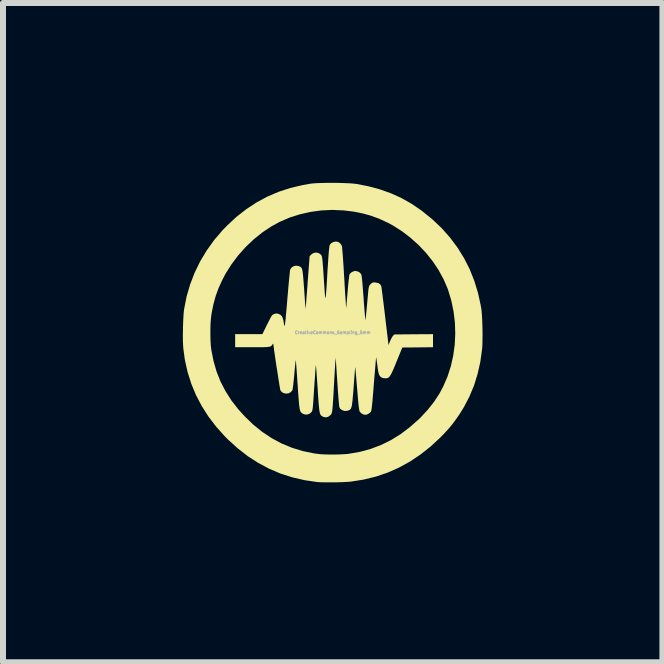
<source format=kicad_pcb>
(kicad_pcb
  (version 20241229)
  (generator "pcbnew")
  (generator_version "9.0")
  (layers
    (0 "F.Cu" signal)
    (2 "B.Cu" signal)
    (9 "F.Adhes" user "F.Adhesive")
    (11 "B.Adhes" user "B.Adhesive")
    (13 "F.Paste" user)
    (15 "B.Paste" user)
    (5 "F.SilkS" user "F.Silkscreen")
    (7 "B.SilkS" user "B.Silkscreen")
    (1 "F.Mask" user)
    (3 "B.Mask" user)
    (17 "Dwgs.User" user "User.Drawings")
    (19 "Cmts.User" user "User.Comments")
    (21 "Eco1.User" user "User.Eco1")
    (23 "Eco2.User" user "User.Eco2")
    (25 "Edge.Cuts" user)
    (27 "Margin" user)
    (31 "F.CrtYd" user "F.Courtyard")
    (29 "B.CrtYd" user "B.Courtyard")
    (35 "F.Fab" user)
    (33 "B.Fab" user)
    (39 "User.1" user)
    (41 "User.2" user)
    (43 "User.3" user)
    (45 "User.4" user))
  (footprint "CreativeCommons_Sampling_5mm"
    (layer "F.Cu")
    (at 2.499 2.496)
    (property "Reference" "CreativeCommons_Sampling_5mm" (at 0 0 0) (layer "F.Fab") (effects (font (size 0.05 0.05) (thickness 0.013))))
    (attr board_only exclude_from_pos_files exclude_from_bom)
    (fp_poly (pts (xy 0.065 -2.496) (xy 0.149 -2.494) (xy 0.227 -2.491) (xy 0.297 -2.488) (xy 0.354 -2.483) (xy 0.391 -2.479) (xy 0.596 -2.439) (xy 0.789 -2.387) (xy 0.972 -2.322) (xy 1.146 -2.243) (xy 1.313 -2.149) (xy 1.474 -2.039) (xy 1.49 -2.027) (xy 1.661 -1.889) (xy 1.817 -1.741) (xy 1.957 -1.583) (xy 2.082 -1.416) (xy 2.191 -1.24) (xy 2.285 -1.055) (xy 2.362 -0.861) (xy 2.424 -0.658) (xy 2.47 -0.446) (xy 2.478 -0.4) (xy 2.484 -0.351) (xy 2.489 -0.288) (xy 2.493 -0.213) (xy 2.496 -0.132) (xy 2.498 -0.047) (xy 2.499 0.037) (xy 2.498 0.118) (xy 2.497 0.19) (xy 2.494 0.252) (xy 2.491 0.279) (xy 2.462 0.49) (xy 2.416 0.693) (xy 2.356 0.886) (xy 2.279 1.07) (xy 2.187 1.246) (xy 2.114 1.364) (xy 2.054 1.45) (xy 1.998 1.526) (xy 1.939 1.597) (xy 1.875 1.668) (xy 1.801 1.745) (xy 1.796 1.75) (xy 1.633 1.901) (xy 1.463 2.035) (xy 1.287 2.153) (xy 1.105 2.253) (xy 0.915 2.337) (xy 0.719 2.403) (xy 0.515 2.453) (xy 0.305 2.486) (xy 0.305 2.486) (xy 0.262 2.49) (xy 0.206 2.493) (xy 0.14 2.496) (xy 0.069 2.498) (xy -0.005 2.499) (xy -0.077 2.499) (xy -0.143 2.498) (xy -0.2 2.497) (xy -0.244 2.495) (xy -0.255 2.494) (xy -0.467 2.463) (xy -0.671 2.416) (xy -0.869 2.353) (xy -1.059 2.272) (xy -1.241 2.175) (xy -1.417 2.062) (xy -1.585 1.931) (xy -1.747 1.784) (xy -1.797 1.734) (xy -1.944 1.57) (xy -2.073 1.401) (xy -2.185 1.225) (xy -2.281 1.042) (xy -2.359 0.853) (xy -2.421 0.657) (xy -2.466 0.455) (xy -2.491 0.27) (xy -2.495 0.216) (xy -2.498 0.148) (xy -2.499 0.071) (xy -2.499 0.043) (xy -2.04 0.043) (xy -2.038 0.133) (xy -2.033 0.216) (xy -2.025 0.286) (xy -2.024 0.291) (xy -1.988 0.475) (xy -1.937 0.651) (xy -1.871 0.818) (xy -1.788 0.978) (xy -1.69 1.132) (xy -1.574 1.281) (xy -1.468 1.398) (xy -1.324 1.537) (xy -1.174 1.658) (xy -1.017 1.762) (xy -0.853 1.85) (xy -0.682 1.921) (xy -0.504 1.976) (xy -0.317 2.015) (xy -0.266 2.022) (xy -0.205 2.029) (xy -0.131 2.033) (xy -0.05 2.035) (xy 0.035 2.035) (xy 0.119 2.033) (xy 0.195 2.029) (xy 0.26 2.024) (xy 0.269 2.022) (xy 0.455 1.99) (xy 0.634 1.941) (xy 0.805 1.876) (xy 0.97 1.795) (xy 1.129 1.697) (xy 1.283 1.581) (xy 1.433 1.449) (xy 1.469 1.414) (xy 1.589 1.284) (xy 1.693 1.152) (xy 1.783 1.013) (xy 1.845 0.896) (xy 1.915 0.734) (xy 1.97 0.563) (xy 2.01 0.386) (xy 2.035 0.204) (xy 2.044 0.019) (xy 2.038 -0.166) (xy 2.016 -0.349) (xy 1.979 -0.53) (xy 1.926 -0.705) (xy 1.918 -0.729) (xy 1.851 -0.885) (xy 1.768 -1.038) (xy 1.67 -1.186) (xy 1.558 -1.326) (xy 1.434 -1.458) (xy 1.299 -1.579) (xy 1.156 -1.689) (xy 1.005 -1.785) (xy 0.925 -1.828) (xy 0.784 -1.894) (xy 0.643 -1.947) (xy 0.498 -1.987) (xy 0.346 -2.017) (xy 0.182 -2.037) (xy 0.177 -2.037) (xy -0.008 -2.045) (xy -0.193 -2.036) (xy -0.376 -2.011) (xy -0.553 -1.97) (xy -0.725 -1.915) (xy -0.888 -1.844) (xy -1.018 -1.773) (xy -1.17 -1.672) (xy -1.315 -1.556) (xy -1.451 -1.427) (xy -1.576 -1.287) (xy -1.688 -1.138) (xy -1.786 -0.983) (xy -1.841 -0.878) (xy -1.903 -0.742) (xy -1.952 -0.608) (xy -1.99 -0.47) (xy -2.019 -0.324) (xy -2.024 -0.291) (xy -2.032 -0.222) (xy -2.038 -0.14) (xy -2.04 -0.05) (xy -2.04 0.043) (xy -2.499 0.043) (xy -2.498 -0.012) (xy -2.497 -0.096) (xy -2.494 -0.179) (xy -2.49 -0.256) (xy -2.486 -0.324) (xy -2.48 -0.379) (xy -2.478 -0.391) (xy -2.437 -0.6) (xy -2.378 -0.802) (xy -2.303 -0.997) (xy -2.211 -1.186) (xy -2.103 -1.366) (xy -1.979 -1.54) (xy -1.838 -1.705) (xy -1.759 -1.786) (xy -1.603 -1.931) (xy -1.439 -2.059) (xy -1.268 -2.171) (xy -1.09 -2.267) (xy -0.902 -2.347) (xy -0.706 -2.411) (xy -0.5 -2.46) (xy -0.359 -2.484) (xy -0.314 -2.488) (xy -0.255 -2.492) (xy -0.183 -2.494) (xy -0.104 -2.496) (xy -0.02 -2.496)) (stroke (width 0) (type solid)) (fill yes) (layer "F.SilkS"))
    (fp_poly (pts (xy 0.093 -1.51) (xy 0.125 -1.487) (xy 0.148 -1.455) (xy 0.154 -1.438) (xy 0.156 -1.423) (xy 0.159 -1.391) (xy 0.163 -1.345) (xy 0.168 -1.286) (xy 0.173 -1.216) (xy 0.178 -1.137) (xy 0.184 -1.05) (xy 0.189 -0.957) (xy 0.193 -0.9) (xy 0.198 -0.807) (xy 0.203 -0.719) (xy 0.208 -0.64) (xy 0.213 -0.57) (xy 0.217 -0.51) (xy 0.22 -0.463) (xy 0.223 -0.429) (xy 0.224 -0.412) (xy 0.225 -0.409) (xy 0.226 -0.421) (xy 0.229 -0.449) (xy 0.232 -0.491) (xy 0.237 -0.543) (xy 0.242 -0.604) (xy 0.248 -0.67) (xy 0.249 -0.687) (xy 0.255 -0.756) (xy 0.261 -0.819) (xy 0.267 -0.875) (xy 0.272 -0.92) (xy 0.277 -0.953) (xy 0.281 -0.97) (xy 0.281 -0.972) (xy 0.302 -0.996) (xy 0.333 -1.015) (xy 0.365 -1.026) (xy 0.376 -1.027) (xy 0.414 -1.02) (xy 0.449 -1.002) (xy 0.473 -0.975) (xy 0.476 -0.97) (xy 0.48 -0.954) (xy 0.485 -0.924) (xy 0.49 -0.879) (xy 0.496 -0.819) (xy 0.502 -0.743) (xy 0.509 -0.649) (xy 0.515 -0.575) (xy 0.52 -0.496) (xy 0.526 -0.422) (xy 0.531 -0.356) (xy 0.536 -0.3) (xy 0.54 -0.256) (xy 0.543 -0.226) (xy 0.545 -0.21) (xy 0.546 -0.209) (xy 0.548 -0.218) (xy 0.551 -0.242) (xy 0.555 -0.28) (xy 0.56 -0.329) (xy 0.566 -0.386) (xy 0.571 -0.448) (xy 0.579 -0.533) (xy 0.585 -0.602) (xy 0.59 -0.657) (xy 0.594 -0.699) (xy 0.598 -0.731) (xy 0.602 -0.754) (xy 0.607 -0.771) (xy 0.612 -0.783) (xy 0.618 -0.792) (xy 0.626 -0.8) (xy 0.633 -0.808) (xy 0.653 -0.826) (xy 0.669 -0.834) (xy 0.69 -0.836) (xy 0.714 -0.834) (xy 0.76 -0.825) (xy 0.792 -0.804) (xy 0.809 -0.777) (xy 0.811 -0.765) (xy 0.816 -0.736) (xy 0.821 -0.693) (xy 0.829 -0.637) (xy 0.837 -0.57) (xy 0.847 -0.493) (xy 0.857 -0.409) (xy 0.868 -0.319) (xy 0.873 -0.275) (xy 0.931 0.209) (xy 0.957 0.143) (xy 0.973 0.108) (xy 0.99 0.077) (xy 1.004 0.056) (xy 1.005 0.055) (xy 1.028 0.032) (xy 1.35 0.029) (xy 1.673 0.027) (xy 1.673 0.245) (xy 1.417 0.248) (xy 1.161 0.25) (xy 1.066 0.482) (xy 1.035 0.559) (xy 1.009 0.62) (xy 0.987 0.668) (xy 0.968 0.704) (xy 0.951 0.73) (xy 0.936 0.747) (xy 0.92 0.757) (xy 0.903 0.762) (xy 0.884 0.763) (xy 0.879 0.764) (xy 0.849 0.761) (xy 0.823 0.754) (xy 0.819 0.752) (xy 0.8 0.74) (xy 0.786 0.725) (xy 0.774 0.704) (xy 0.765 0.674) (xy 0.756 0.632) (xy 0.748 0.576) (xy 0.746 0.555) (xy 0.739 0.507) (xy 0.733 0.466) (xy 0.729 0.434) (xy 0.726 0.416) (xy 0.725 0.413) (xy 0.724 0.421) (xy 0.721 0.445) (xy 0.717 0.484) (xy 0.713 0.535) (xy 0.708 0.597) (xy 0.702 0.668) (xy 0.695 0.746) (xy 0.692 0.785) (xy 0.683 0.895) (xy 0.676 0.989) (xy 0.669 1.068) (xy 0.664 1.133) (xy 0.659 1.185) (xy 0.654 1.227) (xy 0.651 1.259) (xy 0.647 1.283) (xy 0.643 1.301) (xy 0.64 1.313) (xy 0.636 1.321) (xy 0.632 1.327) (xy 0.63 1.329) (xy 0.602 1.352) (xy 0.57 1.368) (xy 0.545 1.373) (xy 0.513 1.366) (xy 0.48 1.349) (xy 0.455 1.325) (xy 0.449 1.317) (xy 0.445 1.302) (xy 0.44 1.274) (xy 0.434 1.232) (xy 0.428 1.176) (xy 0.421 1.103) (xy 0.414 1.014) (xy 0.407 0.932) (xy 0.4 0.853) (xy 0.394 0.781) (xy 0.389 0.716) (xy 0.384 0.662) (xy 0.38 0.619) (xy 0.378 0.59) (xy 0.376 0.576) (xy 0.376 0.576) (xy 0.375 0.585) (xy 0.372 0.61) (xy 0.369 0.65) (xy 0.365 0.701) (xy 0.36 0.762) (xy 0.355 0.831) (xy 0.35 0.9) (xy 0.343 0.992) (xy 0.336 1.068) (xy 0.331 1.129) (xy 0.325 1.177) (xy 0.32 1.214) (xy 0.313 1.242) (xy 0.306 1.262) (xy 0.298 1.276) (xy 0.288 1.286) (xy 0.276 1.294) (xy 0.272 1.296) (xy 0.233 1.308) (xy 0.192 1.307) (xy 0.155 1.294) (xy 0.126 1.272) (xy 0.111 1.244) (xy 0.108 1.229) (xy 0.105 1.197) (xy 0.101 1.152) (xy 0.096 1.094) (xy 0.091 1.026) (xy 0.085 0.95) (xy 0.08 0.868) (xy 0.076 0.809) (xy 0.07 0.726) (xy 0.065 0.65) (xy 0.061 0.582) (xy 0.057 0.523) (xy 0.053 0.477) (xy 0.05 0.443) (xy 0.049 0.425) (xy 0.048 0.423) (xy 0.047 0.435) (xy 0.045 0.464) (xy 0.043 0.507) (xy 0.039 0.563) (xy 0.035 0.629) (xy 0.031 0.703) (xy 0.026 0.784) (xy 0.023 0.845) (xy 0.017 0.953) (xy 0.012 1.044) (xy 0.007 1.119) (xy 0.003 1.181) (xy -0.000478 1.231) (xy -0.004 1.27) (xy -0.007 1.3) (xy -0.011 1.323) (xy -0.014 1.339) (xy -0.019 1.351) (xy -0.024 1.36) (xy -0.029 1.367) (xy -0.036 1.375) (xy -0.039 1.378) (xy -0.075 1.405) (xy -0.114 1.415) (xy -0.155 1.407) (xy -0.163 1.403) (xy -0.177 1.395) (xy -0.189 1.388) (xy -0.198 1.378) (xy -0.206 1.365) (xy -0.213 1.346) (xy -0.219 1.321) (xy -0.224 1.287) (xy -0.229 1.243) (xy -0.234 1.187) (xy -0.239 1.119) (xy -0.245 1.035) (xy -0.251 0.934) (xy -0.251 0.934) (xy -0.257 0.852) (xy -0.262 0.775) (xy -0.267 0.706) (xy -0.271 0.647) (xy -0.275 0.599) (xy -0.278 0.565) (xy -0.28 0.545) (xy -0.281 0.542) (xy -0.282 0.551) (xy -0.285 0.577) (xy -0.288 0.617) (xy -0.292 0.67) (xy -0.296 0.733) (xy -0.301 0.805) (xy -0.306 0.883) (xy -0.309 0.921) (xy -0.315 1.014) (xy -0.32 1.09) (xy -0.324 1.152) (xy -0.328 1.2) (xy -0.331 1.238) (xy -0.334 1.266) (xy -0.338 1.287) (xy -0.341 1.302) (xy -0.345 1.313) (xy -0.35 1.321) (xy -0.353 1.325) (xy -0.383 1.353) (xy -0.421 1.367) (xy -0.461 1.368) (xy -0.5 1.354) (xy -0.526 1.334) (xy -0.533 1.325) (xy -0.539 1.314) (xy -0.544 1.3) (xy -0.549 1.281) (xy -0.554 1.254) (xy -0.558 1.22) (xy -0.563 1.175) (xy -0.567 1.119) (xy -0.573 1.05) (xy -0.579 0.966) (xy -0.585 0.866) (xy -0.588 0.834) (xy -0.593 0.754) (xy -0.598 0.679) (xy -0.603 0.612) (xy -0.607 0.555) (xy -0.611 0.51) (xy -0.614 0.478) (xy -0.616 0.461) (xy -0.616 0.459) (xy -0.618 0.469) (xy -0.621 0.494) (xy -0.625 0.533) (xy -0.63 0.582) (xy -0.636 0.64) (xy -0.641 0.704) (xy -0.647 0.769) (xy -0.654 0.829) (xy -0.659 0.881) (xy -0.665 0.922) (xy -0.669 0.95) (xy -0.672 0.963) (xy -0.698 0.993) (xy -0.732 1.012) (xy -0.772 1.019) (xy -0.811 1.013) (xy -0.846 0.995) (xy -0.872 0.965) (xy -0.873 0.964) (xy -0.875 0.952) (xy -0.88 0.926) (xy -0.887 0.885) (xy -0.895 0.834) (xy -0.905 0.774) (xy -0.915 0.707) (xy -0.926 0.636) (xy -0.938 0.563) (xy -0.949 0.49) (xy -0.959 0.421) (xy -0.968 0.356) (xy -0.977 0.298) (xy -0.983 0.25) (xy -0.988 0.214) (xy -0.991 0.192) (xy -0.991 0.187) (xy -0.995 0.187) (xy -1.005 0.199) (xy -1.006 0.2) (xy -1.015 0.212) (xy -1.023 0.222) (xy -1.034 0.23) (xy -1.048 0.235) (xy -1.068 0.239) (xy -1.096 0.242) (xy -1.134 0.244) (xy -1.184 0.245) (xy -1.248 0.245) (xy -1.328 0.245) (xy -1.339 0.245) (xy -1.627 0.245) (xy -1.627 0.027) (xy -1.173 0.027) (xy -1.094 -0.134) (xy -1.066 -0.189) (xy -1.045 -0.23) (xy -1.029 -0.26) (xy -1.017 -0.28) (xy -1.006 -0.292) (xy -0.995 -0.3) (xy -0.984 -0.306) (xy -0.975 -0.309) (xy -0.947 -0.317) (xy -0.926 -0.317) (xy -0.898 -0.309) (xy -0.898 -0.309) (xy -0.871 -0.295) (xy -0.85 -0.275) (xy -0.835 -0.245) (xy -0.823 -0.203) (xy -0.816 -0.163) (xy -0.812 -0.142) (xy -0.809 -0.125) (xy -0.806 -0.114) (xy -0.803 -0.11) (xy -0.8 -0.114) (xy -0.797 -0.126) (xy -0.794 -0.149) (xy -0.79 -0.184) (xy -0.785 -0.23) (xy -0.78 -0.29) (xy -0.773 -0.365) (xy -0.765 -0.455) (xy -0.756 -0.562) (xy -0.754 -0.59) (xy -0.746 -0.678) (xy -0.739 -0.761) (xy -0.732 -0.837) (xy -0.726 -0.904) (xy -0.72 -0.961) (xy -0.715 -1.005) (xy -0.712 -1.035) (xy -0.71 -1.049) (xy -0.709 -1.049) (xy -0.687 -1.083) (xy -0.654 -1.105) (xy -0.615 -1.115) (xy -0.573 -1.11) (xy -0.562 -1.106) (xy -0.547 -1.1) (xy -0.534 -1.092) (xy -0.524 -1.083) (xy -0.516 -1.069) (xy -0.509 -1.049) (xy -0.503 -1.021) (xy -0.498 -0.983) (xy -0.493 -0.934) (xy -0.488 -0.872) (xy -0.482 -0.795) (xy -0.477 -0.731) (xy -0.472 -0.656) (xy -0.467 -0.586) (xy -0.463 -0.523) (xy -0.459 -0.47) (xy -0.456 -0.429) (xy -0.454 -0.401) (xy -0.453 -0.391) (xy -0.453 -0.395) (xy -0.451 -0.416) (xy -0.447 -0.452) (xy -0.443 -0.501) (xy -0.439 -0.561) (xy -0.433 -0.632) (xy -0.427 -0.712) (xy -0.42 -0.798) (xy -0.419 -0.821) (xy -0.385 -1.273) (xy -0.359 -1.3) (xy -0.325 -1.324) (xy -0.286 -1.334) (xy -0.246 -1.329) (xy -0.211 -1.311) (xy -0.191 -1.291) (xy -0.186 -1.283) (xy -0.182 -1.273) (xy -0.178 -1.258) (xy -0.175 -1.237) (xy -0.171 -1.209) (xy -0.168 -1.17) (xy -0.164 -1.121) (xy -0.159 -1.059) (xy -0.154 -0.982) (xy -0.148 -0.889) (xy -0.142 -0.803) (xy -0.137 -0.729) (xy -0.133 -0.67) (xy -0.129 -0.625) (xy -0.126 -0.595) (xy -0.122 -0.579) (xy -0.119 -0.579) (xy -0.116 -0.595) (xy -0.113 -0.627) (xy -0.109 -0.675) (xy -0.104 -0.739) (xy -0.099 -0.821) (xy -0.093 -0.921) (xy -0.087 -1.032) (xy -0.079 -1.147) (xy -0.073 -1.245) (xy -0.067 -1.324) (xy -0.061 -1.385) (xy -0.056 -1.429) (xy -0.052 -1.454) (xy -0.05 -1.46) (xy -0.029 -1.487) (xy 0.004 -1.507) (xy 0.044 -1.517) (xy 0.057 -1.518)) (stroke (width 0) (type solid)) (fill yes) (layer "F.SilkS")))
  (gr_rect
    (start -3 -3)
    (end 7.998 7.995)
    (stroke (width 0.1) (type default))
    (fill no)
    (layer "Edge.Cuts")))
</source>
